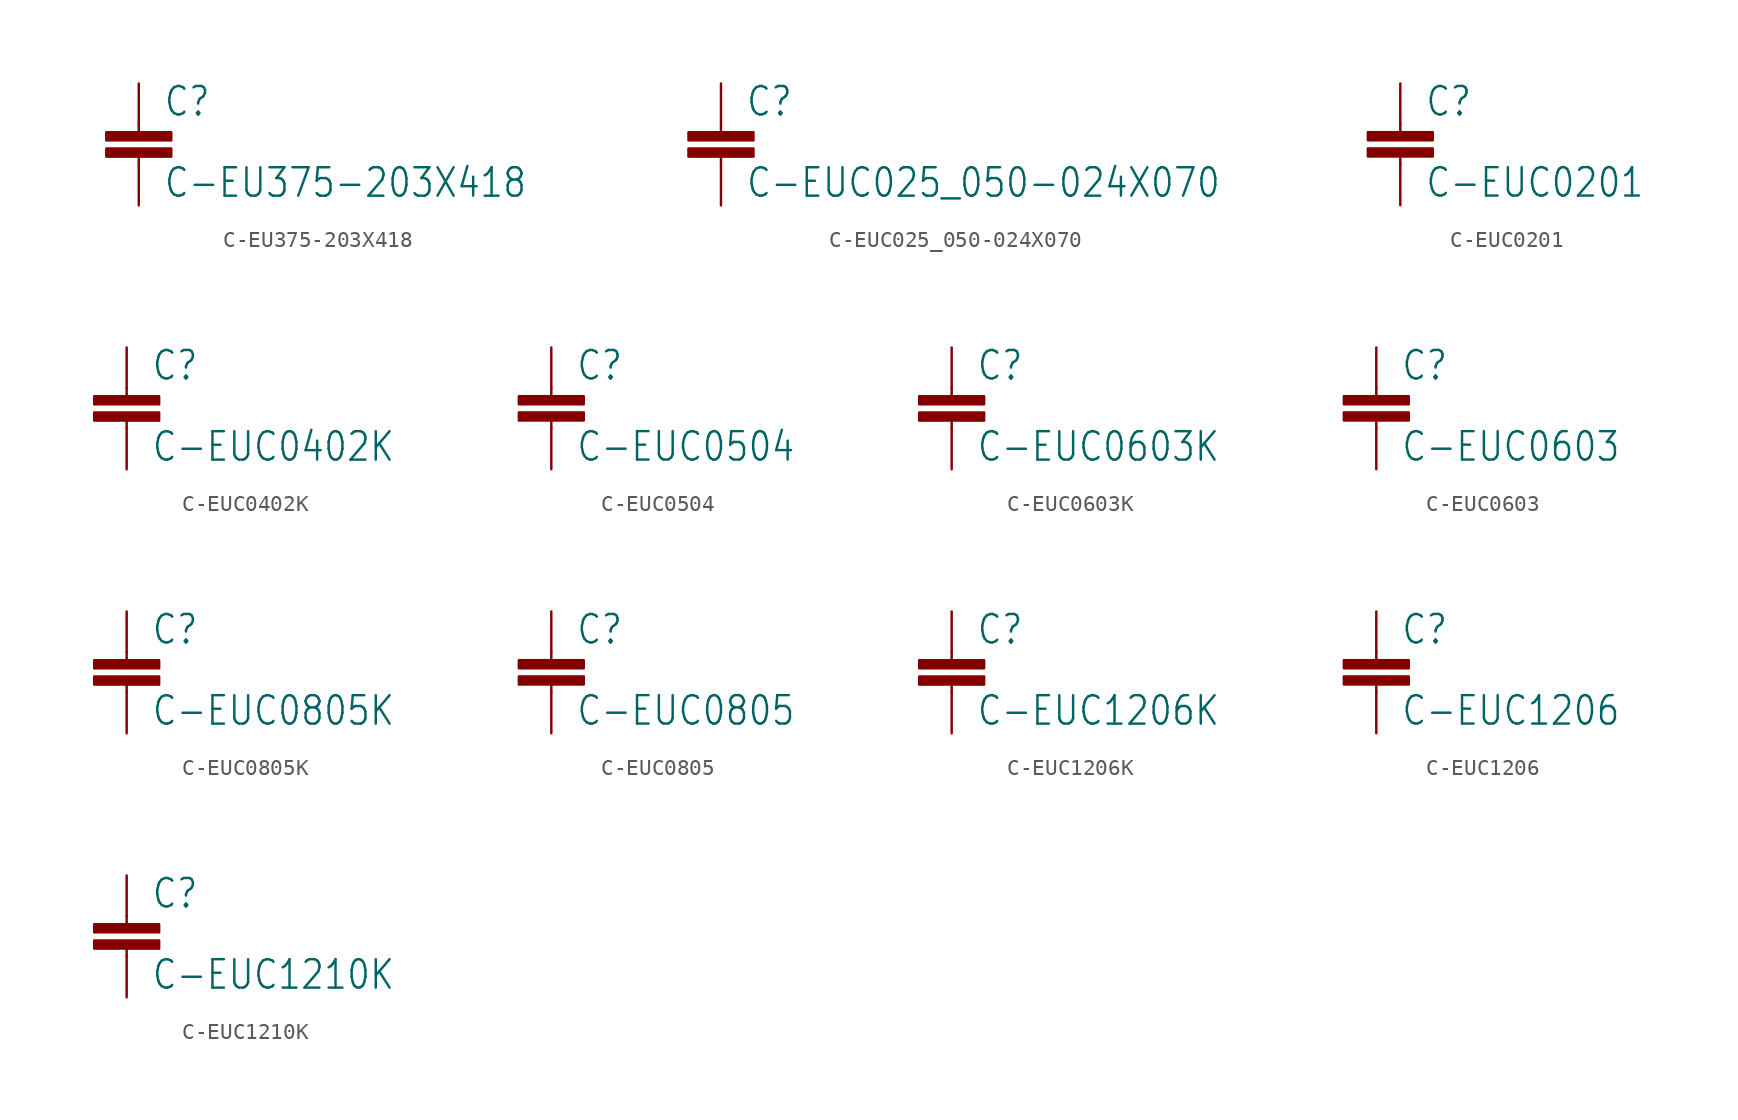
<source format=kicad_sym>
(kicad_symbol_lib
  (version 20231120)
  (generator "kicad_symbol_editor")
  (generator_version "8.0")
  (symbol "C-EU375-203X418"
    (property "Reference" "C"
      (at 1.524 0.381 0)
      (effects (font (size 1.778 1.511)) (justify left bottom)))
    (property "Value" "C-EU375-203X418"
      (at 1.524 -4.699 0)
      (effects (font (size 1.778 1.511)) (justify left bottom)))
    (property "ki_locked" ""
      (at 0 0 0)
      (effects (font (size 1.27 1.27))))
    (symbol "C-EU375-203X418_1_0"
      (rectangle (start -2.032 -2.032) (end 2.032 -1.524) (stroke (width 0) (type default)) (fill (type outline)))
      (rectangle (start -2.032 -1.016) (end 2.032 -0.508) (stroke (width 0) (type default)) (fill (type outline)))
      (polyline (pts (xy 0 -2.54) (xy 0 -2.032)) (stroke (width 0.152) (type default)) (fill (type none)))
      (polyline (pts (xy 0 0) (xy 0 -0.508)) (stroke (width 0.152) (type default)) (fill (type none)))
      (pin passive line (at 0 2.54 270) (length 2.54) (name "1" (effects (font (size 0 0)))) (number "1" (effects (font (size 0 0)))))
      (pin passive line (at 0 -5.08 90) (length 2.54) (name "2" (effects (font (size 0 0)))) (number "2" (effects (font (size 0 0)))))))
  (symbol "C-EUC025_050-024X070"
    (property "Reference" "C"
      (at 1.524 0.381 0)
      (effects (font (size 1.778 1.511)) (justify left bottom)))
    (property "Value" "C-EUC025_050-024X070"
      (at 1.524 -4.699 0)
      (effects (font (size 1.778 1.511)) (justify left bottom)))
    (property "ki_locked" ""
      (at 0 0 0)
      (effects (font (size 1.27 1.27))))
    (symbol "C-EUC025_050-024X070_1_0"
      (rectangle (start -2.032 -2.032) (end 2.032 -1.524) (stroke (width 0) (type default)) (fill (type outline)))
      (rectangle (start -2.032 -1.016) (end 2.032 -0.508) (stroke (width 0) (type default)) (fill (type outline)))
      (polyline (pts (xy 0 -2.54) (xy 0 -2.032)) (stroke (width 0.152) (type default)) (fill (type none)))
      (polyline (pts (xy 0 0) (xy 0 -0.508)) (stroke (width 0.152) (type default)) (fill (type none)))
      (pin passive line (at 0 2.54 270) (length 2.54) (name "1" (effects (font (size 0 0)))) (number "1" (effects (font (size 0 0)))))
      (pin passive line (at 0 -5.08 90) (length 2.54) (name "2" (effects (font (size 0 0)))) (number "2" (effects (font (size 0 0)))))))
  (symbol "C-EUC0201"
    (property "Reference" "C"
      (at 1.524 0.381 0)
      (effects (font (size 1.778 1.511)) (justify left bottom)))
    (property "Value" "C-EUC0201"
      (at 1.524 -4.699 0)
      (effects (font (size 1.778 1.511)) (justify left bottom)))
    (property "ki_locked" ""
      (at 0 0 0)
      (effects (font (size 1.27 1.27))))
    (symbol "C-EUC0201_1_0"
      (rectangle (start -2.032 -2.032) (end 2.032 -1.524) (stroke (width 0) (type default)) (fill (type outline)))
      (rectangle (start -2.032 -1.016) (end 2.032 -0.508) (stroke (width 0) (type default)) (fill (type outline)))
      (polyline (pts (xy 0 -2.54) (xy 0 -2.032)) (stroke (width 0.152) (type default)) (fill (type none)))
      (polyline (pts (xy 0 0) (xy 0 -0.508)) (stroke (width 0.152) (type default)) (fill (type none)))
      (pin passive line (at 0 2.54 270) (length 2.54) (name "1" (effects (font (size 0 0)))) (number "1" (effects (font (size 0 0)))))
      (pin passive line (at 0 -5.08 90) (length 2.54) (name "2" (effects (font (size 0 0)))) (number "2" (effects (font (size 0 0)))))))
  (symbol "C-EUC0402K"
    (property "Reference" "C"
      (at 1.524 0.381 0)
      (effects (font (size 1.778 1.511)) (justify left bottom)))
    (property "Value" "C-EUC0402K"
      (at 1.524 -4.699 0)
      (effects (font (size 1.778 1.511)) (justify left bottom)))
    (property "ki_locked" ""
      (at 0 0 0)
      (effects (font (size 1.27 1.27))))
    (symbol "C-EUC0402K_1_0"
      (rectangle (start -2.032 -2.032) (end 2.032 -1.524) (stroke (width 0) (type default)) (fill (type outline)))
      (rectangle (start -2.032 -1.016) (end 2.032 -0.508) (stroke (width 0) (type default)) (fill (type outline)))
      (polyline (pts (xy 0 -2.54) (xy 0 -2.032)) (stroke (width 0.152) (type default)) (fill (type none)))
      (polyline (pts (xy 0 0) (xy 0 -0.508)) (stroke (width 0.152) (type default)) (fill (type none)))
      (pin passive line (at 0 2.54 270) (length 2.54) (name "1" (effects (font (size 0 0)))) (number "1" (effects (font (size 0 0)))))
      (pin passive line (at 0 -5.08 90) (length 2.54) (name "2" (effects (font (size 0 0)))) (number "2" (effects (font (size 0 0)))))))
  (symbol "C-EUC0504"
    (property "Reference" "C"
      (at 1.524 0.381 0)
      (effects (font (size 1.778 1.511)) (justify left bottom)))
    (property "Value" "C-EUC0504"
      (at 1.524 -4.699 0)
      (effects (font (size 1.778 1.511)) (justify left bottom)))
    (property "ki_locked" ""
      (at 0 0 0)
      (effects (font (size 1.27 1.27))))
    (symbol "C-EUC0504_1_0"
      (rectangle (start -2.032 -2.032) (end 2.032 -1.524) (stroke (width 0) (type default)) (fill (type outline)))
      (rectangle (start -2.032 -1.016) (end 2.032 -0.508) (stroke (width 0) (type default)) (fill (type outline)))
      (polyline (pts (xy 0 -2.54) (xy 0 -2.032)) (stroke (width 0.152) (type default)) (fill (type none)))
      (polyline (pts (xy 0 0) (xy 0 -0.508)) (stroke (width 0.152) (type default)) (fill (type none)))
      (pin passive line (at 0 2.54 270) (length 2.54) (name "1" (effects (font (size 0 0)))) (number "1" (effects (font (size 0 0)))))
      (pin passive line (at 0 -5.08 90) (length 2.54) (name "2" (effects (font (size 0 0)))) (number "2" (effects (font (size 0 0)))))))
  (symbol "C-EUC0603K"
    (property "Reference" "C"
      (at 1.524 0.381 0)
      (effects (font (size 1.778 1.511)) (justify left bottom)))
    (property "Value" "C-EUC0603K"
      (at 1.524 -4.699 0)
      (effects (font (size 1.778 1.511)) (justify left bottom)))
    (property "ki_locked" ""
      (at 0 0 0)
      (effects (font (size 1.27 1.27))))
    (symbol "C-EUC0603K_1_0"
      (rectangle (start -2.032 -2.032) (end 2.032 -1.524) (stroke (width 0) (type default)) (fill (type outline)))
      (rectangle (start -2.032 -1.016) (end 2.032 -0.508) (stroke (width 0) (type default)) (fill (type outline)))
      (polyline (pts (xy 0 -2.54) (xy 0 -2.032)) (stroke (width 0.152) (type default)) (fill (type none)))
      (polyline (pts (xy 0 0) (xy 0 -0.508)) (stroke (width 0.152) (type default)) (fill (type none)))
      (pin passive line (at 0 2.54 270) (length 2.54) (name "1" (effects (font (size 0 0)))) (number "1" (effects (font (size 0 0)))))
      (pin passive line (at 0 -5.08 90) (length 2.54) (name "2" (effects (font (size 0 0)))) (number "2" (effects (font (size 0 0)))))))
  (symbol "C-EUC0603"
    (property "Reference" "C"
      (at 1.524 0.381 0)
      (effects (font (size 1.778 1.511)) (justify left bottom)))
    (property "Value" "C-EUC0603"
      (at 1.524 -4.699 0)
      (effects (font (size 1.778 1.511)) (justify left bottom)))
    (property "ki_locked" ""
      (at 0 0 0)
      (effects (font (size 1.27 1.27))))
    (symbol "C-EUC0603_1_0"
      (rectangle (start -2.032 -2.032) (end 2.032 -1.524) (stroke (width 0) (type default)) (fill (type outline)))
      (rectangle (start -2.032 -1.016) (end 2.032 -0.508) (stroke (width 0) (type default)) (fill (type outline)))
      (polyline (pts (xy 0 -2.54) (xy 0 -2.032)) (stroke (width 0.152) (type default)) (fill (type none)))
      (polyline (pts (xy 0 0) (xy 0 -0.508)) (stroke (width 0.152) (type default)) (fill (type none)))
      (pin passive line (at 0 2.54 270) (length 2.54) (name "1" (effects (font (size 0 0)))) (number "1" (effects (font (size 0 0)))))
      (pin passive line (at 0 -5.08 90) (length 2.54) (name "2" (effects (font (size 0 0)))) (number "2" (effects (font (size 0 0)))))))
  (symbol "C-EUC0805K"
    (property "Reference" "C"
      (at 1.524 0.381 0)
      (effects (font (size 1.778 1.511)) (justify left bottom)))
    (property "Value" "C-EUC0805K"
      (at 1.524 -4.699 0)
      (effects (font (size 1.778 1.511)) (justify left bottom)))
    (property "ki_locked" ""
      (at 0 0 0)
      (effects (font (size 1.27 1.27))))
    (symbol "C-EUC0805K_1_0"
      (rectangle (start -2.032 -2.032) (end 2.032 -1.524) (stroke (width 0) (type default)) (fill (type outline)))
      (rectangle (start -2.032 -1.016) (end 2.032 -0.508) (stroke (width 0) (type default)) (fill (type outline)))
      (polyline (pts (xy 0 -2.54) (xy 0 -2.032)) (stroke (width 0.152) (type default)) (fill (type none)))
      (polyline (pts (xy 0 0) (xy 0 -0.508)) (stroke (width 0.152) (type default)) (fill (type none)))
      (pin passive line (at 0 2.54 270) (length 2.54) (name "1" (effects (font (size 0 0)))) (number "1" (effects (font (size 0 0)))))
      (pin passive line (at 0 -5.08 90) (length 2.54) (name "2" (effects (font (size 0 0)))) (number "2" (effects (font (size 0 0)))))))
  (symbol "C-EUC0805"
    (property "Reference" "C"
      (at 1.524 0.381 0)
      (effects (font (size 1.778 1.511)) (justify left bottom)))
    (property "Value" "C-EUC0805"
      (at 1.524 -4.699 0)
      (effects (font (size 1.778 1.511)) (justify left bottom)))
    (property "ki_locked" ""
      (at 0 0 0)
      (effects (font (size 1.27 1.27))))
    (symbol "C-EUC0805_1_0"
      (rectangle (start -2.032 -2.032) (end 2.032 -1.524) (stroke (width 0) (type default)) (fill (type outline)))
      (rectangle (start -2.032 -1.016) (end 2.032 -0.508) (stroke (width 0) (type default)) (fill (type outline)))
      (polyline (pts (xy 0 -2.54) (xy 0 -2.032)) (stroke (width 0.152) (type default)) (fill (type none)))
      (polyline (pts (xy 0 0) (xy 0 -0.508)) (stroke (width 0.152) (type default)) (fill (type none)))
      (pin passive line (at 0 2.54 270) (length 2.54) (name "1" (effects (font (size 0 0)))) (number "1" (effects (font (size 0 0)))))
      (pin passive line (at 0 -5.08 90) (length 2.54) (name "2" (effects (font (size 0 0)))) (number "2" (effects (font (size 0 0)))))))
  (symbol "C-EUC1206K"
    (property "Reference" "C"
      (at 1.524 0.381 0)
      (effects (font (size 1.778 1.511)) (justify left bottom)))
    (property "Value" "C-EUC1206K"
      (at 1.524 -4.699 0)
      (effects (font (size 1.778 1.511)) (justify left bottom)))
    (property "ki_locked" ""
      (at 0 0 0)
      (effects (font (size 1.27 1.27))))
    (symbol "C-EUC1206K_1_0"
      (rectangle (start -2.032 -2.032) (end 2.032 -1.524) (stroke (width 0) (type default)) (fill (type outline)))
      (rectangle (start -2.032 -1.016) (end 2.032 -0.508) (stroke (width 0) (type default)) (fill (type outline)))
      (polyline (pts (xy 0 -2.54) (xy 0 -2.032)) (stroke (width 0.152) (type default)) (fill (type none)))
      (polyline (pts (xy 0 0) (xy 0 -0.508)) (stroke (width 0.152) (type default)) (fill (type none)))
      (pin passive line (at 0 2.54 270) (length 2.54) (name "1" (effects (font (size 0 0)))) (number "1" (effects (font (size 0 0)))))
      (pin passive line (at 0 -5.08 90) (length 2.54) (name "2" (effects (font (size 0 0)))) (number "2" (effects (font (size 0 0)))))))
  (symbol "C-EUC1206"
    (property "Reference" "C"
      (at 1.524 0.381 0)
      (effects (font (size 1.778 1.511)) (justify left bottom)))
    (property "Value" "C-EUC1206"
      (at 1.524 -4.699 0)
      (effects (font (size 1.778 1.511)) (justify left bottom)))
    (property "ki_locked" ""
      (at 0 0 0)
      (effects (font (size 1.27 1.27))))
    (symbol "C-EUC1206_1_0"
      (rectangle (start -2.032 -2.032) (end 2.032 -1.524) (stroke (width 0) (type default)) (fill (type outline)))
      (rectangle (start -2.032 -1.016) (end 2.032 -0.508) (stroke (width 0) (type default)) (fill (type outline)))
      (polyline (pts (xy 0 -2.54) (xy 0 -2.032)) (stroke (width 0.152) (type default)) (fill (type none)))
      (polyline (pts (xy 0 0) (xy 0 -0.508)) (stroke (width 0.152) (type default)) (fill (type none)))
      (pin passive line (at 0 2.54 270) (length 2.54) (name "1" (effects (font (size 0 0)))) (number "1" (effects (font (size 0 0)))))
      (pin passive line (at 0 -5.08 90) (length 2.54) (name "2" (effects (font (size 0 0)))) (number "2" (effects (font (size 0 0)))))))
  (symbol "C-EUC1210K"
    (property "Reference" "C"
      (at 1.524 0.381 0)
      (effects (font (size 1.778 1.511)) (justify left bottom)))
    (property "Value" "C-EUC1210K"
      (at 1.524 -4.699 0)
      (effects (font (size 1.778 1.511)) (justify left bottom)))
    (property "ki_locked" ""
      (at 0 0 0)
      (effects (font (size 1.27 1.27))))
    (symbol "C-EUC1210K_1_0"
      (rectangle (start -2.032 -2.032) (end 2.032 -1.524) (stroke (width 0) (type default)) (fill (type outline)))
      (rectangle (start -2.032 -1.016) (end 2.032 -0.508) (stroke (width 0) (type default)) (fill (type outline)))
      (polyline (pts (xy 0 -2.54) (xy 0 -2.032)) (stroke (width 0.152) (type default)) (fill (type none)))
      (polyline (pts (xy 0 0) (xy 0 -0.508)) (stroke (width 0.152) (type default)) (fill (type none)))
      (pin passive line (at 0 2.54 270) (length 2.54) (name "1" (effects (font (size 0 0)))) (number "1" (effects (font (size 0 0)))))
      (pin passive line (at 0 -5.08 90) (length 2.54) (name "2" (effects (font (size 0 0)))) (number "2" (effects (font (size 0 0))))))))
</source>
